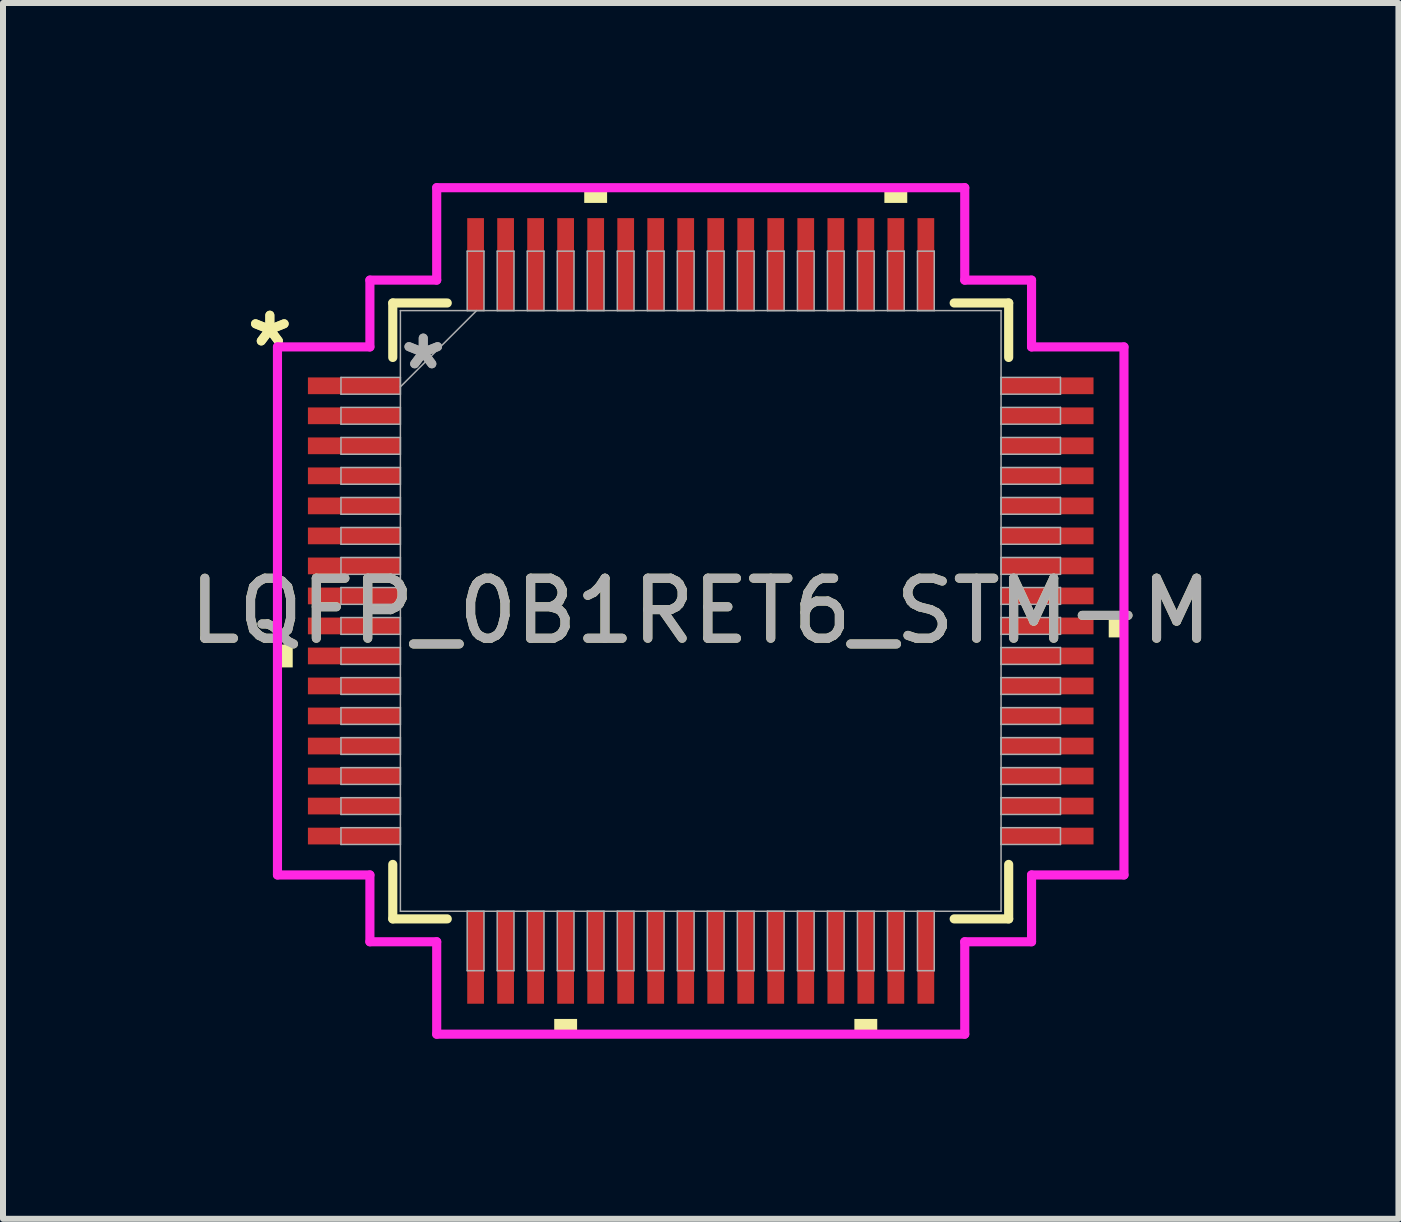
<source format=kicad_pcb>
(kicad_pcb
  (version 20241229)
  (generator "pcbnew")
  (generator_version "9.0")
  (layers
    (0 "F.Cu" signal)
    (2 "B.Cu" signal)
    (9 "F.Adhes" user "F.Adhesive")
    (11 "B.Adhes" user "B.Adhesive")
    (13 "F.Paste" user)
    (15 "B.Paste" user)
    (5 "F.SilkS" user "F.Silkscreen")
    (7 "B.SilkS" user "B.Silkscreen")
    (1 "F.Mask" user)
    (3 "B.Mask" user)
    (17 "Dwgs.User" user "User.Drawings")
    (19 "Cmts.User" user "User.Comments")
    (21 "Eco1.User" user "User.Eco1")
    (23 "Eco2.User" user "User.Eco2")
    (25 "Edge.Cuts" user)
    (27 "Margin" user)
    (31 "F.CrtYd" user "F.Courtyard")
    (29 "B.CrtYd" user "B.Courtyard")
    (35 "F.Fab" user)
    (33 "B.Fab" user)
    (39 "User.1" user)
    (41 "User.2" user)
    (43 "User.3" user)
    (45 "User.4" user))
  (footprint "LQFP_0B1RET6_STM-M"
    (layer "F.Cu")
    (at 8.625 7.129)
    (property "Reference" "LQFP_0B1RET6_STM-M" (at 0 0 0) (unlocked yes) (layer "F.SilkS") (effects (font (size 1 1) (thickness 0.15))))
    (attr smd)
    (fp_line (start -5.131 -5.131) (end -5.131 -4.223) (stroke (width 0.152) (type solid)) (layer "F.SilkS"))
    (fp_line (start -5.131 4.223) (end -5.131 5.131) (stroke (width 0.152) (type solid)) (layer "F.SilkS"))
    (fp_line (start -5.131 5.131) (end -4.223 5.131) (stroke (width 0.152) (type solid)) (layer "F.SilkS"))
    (fp_line (start -4.223 -5.131) (end -5.131 -5.131) (stroke (width 0.152) (type solid)) (layer "F.SilkS"))
    (fp_line (start 4.223 5.131) (end 5.131 5.131) (stroke (width 0.152) (type solid)) (layer "F.SilkS"))
    (fp_line (start 5.131 -5.131) (end 4.223 -5.131) (stroke (width 0.152) (type solid)) (layer "F.SilkS"))
    (fp_line (start 5.131 -4.223) (end 5.131 -5.131) (stroke (width 0.152) (type solid)) (layer "F.SilkS"))
    (fp_line (start 5.131 5.131) (end 5.131 4.223) (stroke (width 0.152) (type solid)) (layer "F.SilkS"))
    (fp_poly (pts (xy -7.052 0.56) (xy -7.052 0.941) (xy -6.798 0.941) (xy -6.798 0.56)) (stroke (width 0) (type solid)) (fill yes) (layer "F.SilkS"))
    (fp_poly (pts (xy -2.441 6.798) (xy -2.441 7.052) (xy -2.06 7.052) (xy -2.06 6.798)) (stroke (width 0) (type solid)) (fill yes) (layer "F.SilkS"))
    (fp_poly (pts (xy -1.941 -6.798) (xy -1.941 -7.052) (xy -1.56 -7.052) (xy -1.56 -6.798)) (stroke (width 0) (type solid)) (fill yes) (layer "F.SilkS"))
    (fp_poly (pts (xy 2.56 6.798) (xy 2.56 7.052) (xy 2.941 7.052) (xy 2.941 6.798)) (stroke (width 0) (type solid)) (fill yes) (layer "F.SilkS"))
    (fp_poly (pts (xy 3.06 -6.798) (xy 3.06 -7.052) (xy 3.441 -7.052) (xy 3.441 -6.798)) (stroke (width 0) (type solid)) (fill yes) (layer "F.SilkS"))
    (fp_poly (pts (xy 7.052 0.06) (xy 7.052 0.441) (xy 6.798 0.441) (xy 6.798 0.06)) (stroke (width 0) (type solid)) (fill yes) (layer "F.SilkS"))
    (fp_line (start -7.052 -4.399) (end -5.512 -4.399) (stroke (width 0.152) (type solid)) (layer "F.CrtYd"))
    (fp_line (start -7.052 4.399) (end -7.052 -4.399) (stroke (width 0.152) (type solid)) (layer "F.CrtYd"))
    (fp_line (start -5.512 -5.512) (end -4.399 -5.512) (stroke (width 0.152) (type solid)) (layer "F.CrtYd"))
    (fp_line (start -5.512 -4.399) (end -5.512 -5.512) (stroke (width 0.152) (type solid)) (layer "F.CrtYd"))
    (fp_line (start -5.512 4.399) (end -7.052 4.399) (stroke (width 0.152) (type solid)) (layer "F.CrtYd"))
    (fp_line (start -5.512 5.512) (end -5.512 4.399) (stroke (width 0.152) (type solid)) (layer "F.CrtYd"))
    (fp_line (start -5.512 5.512) (end -4.399 5.512) (stroke (width 0.152) (type solid)) (layer "F.CrtYd"))
    (fp_line (start -4.399 -7.052) (end 4.399 -7.052) (stroke (width 0.152) (type solid)) (layer "F.CrtYd"))
    (fp_line (start -4.399 -5.512) (end -4.399 -7.052) (stroke (width 0.152) (type solid)) (layer "F.CrtYd"))
    (fp_line (start -4.399 5.512) (end -4.399 7.052) (stroke (width 0.152) (type solid)) (layer "F.CrtYd"))
    (fp_line (start -4.399 7.052) (end 4.399 7.052) (stroke (width 0.152) (type solid)) (layer "F.CrtYd"))
    (fp_line (start 4.399 -7.052) (end 4.399 -5.512) (stroke (width 0.152) (type solid)) (layer "F.CrtYd"))
    (fp_line (start 4.399 -5.512) (end 5.512 -5.512) (stroke (width 0.152) (type solid)) (layer "F.CrtYd"))
    (fp_line (start 4.399 5.512) (end 5.512 5.512) (stroke (width 0.152) (type solid)) (layer "F.CrtYd"))
    (fp_line (start 4.399 7.052) (end 4.399 5.512) (stroke (width 0.152) (type solid)) (layer "F.CrtYd"))
    (fp_line (start 5.512 -4.399) (end 5.512 -5.512) (stroke (width 0.152) (type solid)) (layer "F.CrtYd"))
    (fp_line (start 5.512 4.399) (end 7.052 4.399) (stroke (width 0.152) (type solid)) (layer "F.CrtYd"))
    (fp_line (start 5.512 5.512) (end 5.512 4.399) (stroke (width 0.152) (type solid)) (layer "F.CrtYd"))
    (fp_line (start 7.052 -4.399) (end 5.512 -4.399) (stroke (width 0.152) (type solid)) (layer "F.CrtYd"))
    (fp_line (start 7.052 4.399) (end 7.052 -4.399) (stroke (width 0.152) (type solid)) (layer "F.CrtYd"))
    (fp_line (start -5.994 -3.891) (end -5.994 -3.611) (stroke (width 0.025) (type solid)) (layer "F.Fab"))
    (fp_line (start -5.994 -3.611) (end -5.004 -3.611) (stroke (width 0.025) (type solid)) (layer "F.Fab"))
    (fp_line (start -5.994 -3.391) (end -5.994 -3.111) (stroke (width 0.025) (type solid)) (layer "F.Fab"))
    (fp_line (start -5.994 -3.111) (end -5.004 -3.111) (stroke (width 0.025) (type solid)) (layer "F.Fab"))
    (fp_line (start -5.994 -2.89) (end -5.994 -2.611) (stroke (width 0.025) (type solid)) (layer "F.Fab"))
    (fp_line (start -5.994 -2.611) (end -5.004 -2.611) (stroke (width 0.025) (type solid)) (layer "F.Fab"))
    (fp_line (start -5.994 -2.39) (end -5.994 -2.111) (stroke (width 0.025) (type solid)) (layer "F.Fab"))
    (fp_line (start -5.994 -2.111) (end -5.004 -2.111) (stroke (width 0.025) (type solid)) (layer "F.Fab"))
    (fp_line (start -5.994 -1.89) (end -5.994 -1.611) (stroke (width 0.025) (type solid)) (layer "F.Fab"))
    (fp_line (start -5.994 -1.611) (end -5.004 -1.611) (stroke (width 0.025) (type solid)) (layer "F.Fab"))
    (fp_line (start -5.994 -1.39) (end -5.994 -1.111) (stroke (width 0.025) (type solid)) (layer "F.Fab"))
    (fp_line (start -5.994 -1.111) (end -5.004 -1.111) (stroke (width 0.025) (type solid)) (layer "F.Fab"))
    (fp_line (start -5.994 -0.89) (end -5.994 -0.61) (stroke (width 0.025) (type solid)) (layer "F.Fab"))
    (fp_line (start -5.994 -0.61) (end -5.004 -0.61) (stroke (width 0.025) (type solid)) (layer "F.Fab"))
    (fp_line (start -5.994 -0.39) (end -5.994 -0.11) (stroke (width 0.025) (type solid)) (layer "F.Fab"))
    (fp_line (start -5.994 -0.11) (end -5.004 -0.11) (stroke (width 0.025) (type solid)) (layer "F.Fab"))
    (fp_line (start -5.994 0.11) (end -5.994 0.39) (stroke (width 0.025) (type solid)) (layer "F.Fab"))
    (fp_line (start -5.994 0.39) (end -5.004 0.39) (stroke (width 0.025) (type solid)) (layer "F.Fab"))
    (fp_line (start -5.994 0.61) (end -5.994 0.89) (stroke (width 0.025) (type solid)) (layer "F.Fab"))
    (fp_line (start -5.994 0.89) (end -5.004 0.89) (stroke (width 0.025) (type solid)) (layer "F.Fab"))
    (fp_line (start -5.994 1.111) (end -5.994 1.39) (stroke (width 0.025) (type solid)) (layer "F.Fab"))
    (fp_line (start -5.994 1.39) (end -5.004 1.39) (stroke (width 0.025) (type solid)) (layer "F.Fab"))
    (fp_line (start -5.994 1.611) (end -5.994 1.89) (stroke (width 0.025) (type solid)) (layer "F.Fab"))
    (fp_line (start -5.994 1.89) (end -5.004 1.89) (stroke (width 0.025) (type solid)) (layer "F.Fab"))
    (fp_line (start -5.994 2.111) (end -5.994 2.39) (stroke (width 0.025) (type solid)) (layer "F.Fab"))
    (fp_line (start -5.994 2.39) (end -5.004 2.39) (stroke (width 0.025) (type solid)) (layer "F.Fab"))
    (fp_line (start -5.994 2.611) (end -5.994 2.89) (stroke (width 0.025) (type solid)) (layer "F.Fab"))
    (fp_line (start -5.994 2.89) (end -5.004 2.89) (stroke (width 0.025) (type solid)) (layer "F.Fab"))
    (fp_line (start -5.994 3.111) (end -5.994 3.391) (stroke (width 0.025) (type solid)) (layer "F.Fab"))
    (fp_line (start -5.994 3.391) (end -5.004 3.391) (stroke (width 0.025) (type solid)) (layer "F.Fab"))
    (fp_line (start -5.994 3.611) (end -5.994 3.891) (stroke (width 0.025) (type solid)) (layer "F.Fab"))
    (fp_line (start -5.994 3.891) (end -5.004 3.891) (stroke (width 0.025) (type solid)) (layer "F.Fab"))
    (fp_line (start -5.004 -5.004) (end -5.004 5.004) (stroke (width 0.025) (type solid)) (layer "F.Fab"))
    (fp_line (start -5.004 -3.891) (end -5.994 -3.891) (stroke (width 0.025) (type solid)) (layer "F.Fab"))
    (fp_line (start -5.004 -3.734) (end -3.734 -5.004) (stroke (width 0.025) (type solid)) (layer "F.Fab"))
    (fp_line (start -5.004 -3.611) (end -5.004 -3.891) (stroke (width 0.025) (type solid)) (layer "F.Fab"))
    (fp_line (start -5.004 -3.391) (end -5.994 -3.391) (stroke (width 0.025) (type solid)) (layer "F.Fab"))
    (fp_line (start -5.004 -3.111) (end -5.004 -3.391) (stroke (width 0.025) (type solid)) (layer "F.Fab"))
    (fp_line (start -5.004 -2.89) (end -5.994 -2.89) (stroke (width 0.025) (type solid)) (layer "F.Fab"))
    (fp_line (start -5.004 -2.611) (end -5.004 -2.89) (stroke (width 0.025) (type solid)) (layer "F.Fab"))
    (fp_line (start -5.004 -2.39) (end -5.994 -2.39) (stroke (width 0.025) (type solid)) (layer "F.Fab"))
    (fp_line (start -5.004 -2.111) (end -5.004 -2.39) (stroke (width 0.025) (type solid)) (layer "F.Fab"))
    (fp_line (start -5.004 -1.89) (end -5.994 -1.89) (stroke (width 0.025) (type solid)) (layer "F.Fab"))
    (fp_line (start -5.004 -1.611) (end -5.004 -1.89) (stroke (width 0.025) (type solid)) (layer "F.Fab"))
    (fp_line (start -5.004 -1.39) (end -5.994 -1.39) (stroke (width 0.025) (type solid)) (layer "F.Fab"))
    (fp_line (start -5.004 -1.111) (end -5.004 -1.39) (stroke (width 0.025) (type solid)) (layer "F.Fab"))
    (fp_line (start -5.004 -0.89) (end -5.994 -0.89) (stroke (width 0.025) (type solid)) (layer "F.Fab"))
    (fp_line (start -5.004 -0.61) (end -5.004 -0.89) (stroke (width 0.025) (type solid)) (layer "F.Fab"))
    (fp_line (start -5.004 -0.39) (end -5.994 -0.39) (stroke (width 0.025) (type solid)) (layer "F.Fab"))
    (fp_line (start -5.004 -0.11) (end -5.004 -0.39) (stroke (width 0.025) (type solid)) (layer "F.Fab"))
    (fp_line (start -5.004 0.11) (end -5.994 0.11) (stroke (width 0.025) (type solid)) (layer "F.Fab"))
    (fp_line (start -5.004 0.39) (end -5.004 0.11) (stroke (width 0.025) (type solid)) (layer "F.Fab"))
    (fp_line (start -5.004 0.61) (end -5.994 0.61) (stroke (width 0.025) (type solid)) (layer "F.Fab"))
    (fp_line (start -5.004 0.89) (end -5.004 0.61) (stroke (width 0.025) (type solid)) (layer "F.Fab"))
    (fp_line (start -5.004 1.111) (end -5.994 1.111) (stroke (width 0.025) (type solid)) (layer "F.Fab"))
    (fp_line (start -5.004 1.39) (end -5.004 1.111) (stroke (width 0.025) (type solid)) (layer "F.Fab"))
    (fp_line (start -5.004 1.611) (end -5.994 1.611) (stroke (width 0.025) (type solid)) (layer "F.Fab"))
    (fp_line (start -5.004 1.89) (end -5.004 1.611) (stroke (width 0.025) (type solid)) (layer "F.Fab"))
    (fp_line (start -5.004 2.111) (end -5.994 2.111) (stroke (width 0.025) (type solid)) (layer "F.Fab"))
    (fp_line (start -5.004 2.39) (end -5.004 2.111) (stroke (width 0.025) (type solid)) (layer "F.Fab"))
    (fp_line (start -5.004 2.611) (end -5.994 2.611) (stroke (width 0.025) (type solid)) (layer "F.Fab"))
    (fp_line (start -5.004 2.89) (end -5.004 2.611) (stroke (width 0.025) (type solid)) (layer "F.Fab"))
    (fp_line (start -5.004 3.111) (end -5.994 3.111) (stroke (width 0.025) (type solid)) (layer "F.Fab"))
    (fp_line (start -5.004 3.391) (end -5.004 3.111) (stroke (width 0.025) (type solid)) (layer "F.Fab"))
    (fp_line (start -5.004 3.611) (end -5.994 3.611) (stroke (width 0.025) (type solid)) (layer "F.Fab"))
    (fp_line (start -5.004 3.891) (end -5.004 3.611) (stroke (width 0.025) (type solid)) (layer "F.Fab"))
    (fp_line (start -5.004 5.004) (end 5.004 5.004) (stroke (width 0.025) (type solid)) (layer "F.Fab"))
    (fp_line (start -3.891 -5.994) (end -3.891 -5.004) (stroke (width 0.025) (type solid)) (layer "F.Fab"))
    (fp_line (start -3.891 -5.004) (end -3.611 -5.004) (stroke (width 0.025) (type solid)) (layer "F.Fab"))
    (fp_line (start -3.891 5.004) (end -3.891 5.994) (stroke (width 0.025) (type solid)) (layer "F.Fab"))
    (fp_line (start -3.891 5.994) (end -3.611 5.994) (stroke (width 0.025) (type solid)) (layer "F.Fab"))
    (fp_line (start -3.611 -5.994) (end -3.891 -5.994) (stroke (width 0.025) (type solid)) (layer "F.Fab"))
    (fp_line (start -3.611 -5.004) (end -3.611 -5.994) (stroke (width 0.025) (type solid)) (layer "F.Fab"))
    (fp_line (start -3.611 5.004) (end -3.891 5.004) (stroke (width 0.025) (type solid)) (layer "F.Fab"))
    (fp_line (start -3.611 5.994) (end -3.611 5.004) (stroke (width 0.025) (type solid)) (layer "F.Fab"))
    (fp_line (start -3.391 -5.994) (end -3.391 -5.004) (stroke (width 0.025) (type solid)) (layer "F.Fab"))
    (fp_line (start -3.391 -5.004) (end -3.111 -5.004) (stroke (width 0.025) (type solid)) (layer "F.Fab"))
    (fp_line (start -3.391 5.004) (end -3.391 5.994) (stroke (width 0.025) (type solid)) (layer "F.Fab"))
    (fp_line (start -3.391 5.994) (end -3.111 5.994) (stroke (width 0.025) (type solid)) (layer "F.Fab"))
    (fp_line (start -3.111 -5.994) (end -3.391 -5.994) (stroke (width 0.025) (type solid)) (layer "F.Fab"))
    (fp_line (start -3.111 -5.004) (end -3.111 -5.994) (stroke (width 0.025) (type solid)) (layer "F.Fab"))
    (fp_line (start -3.111 5.004) (end -3.391 5.004) (stroke (width 0.025) (type solid)) (layer "F.Fab"))
    (fp_line (start -3.111 5.994) (end -3.111 5.004) (stroke (width 0.025) (type solid)) (layer "F.Fab"))
    (fp_line (start -2.89 -5.994) (end -2.89 -5.004) (stroke (width 0.025) (type solid)) (layer "F.Fab"))
    (fp_line (start -2.89 -5.004) (end -2.611 -5.004) (stroke (width 0.025) (type solid)) (layer "F.Fab"))
    (fp_line (start -2.89 5.004) (end -2.89 5.994) (stroke (width 0.025) (type solid)) (layer "F.Fab"))
    (fp_line (start -2.89 5.994) (end -2.611 5.994) (stroke (width 0.025) (type solid)) (layer "F.Fab"))
    (fp_line (start -2.611 -5.994) (end -2.89 -5.994) (stroke (width 0.025) (type solid)) (layer "F.Fab"))
    (fp_line (start -2.611 -5.004) (end -2.611 -5.994) (stroke (width 0.025) (type solid)) (layer "F.Fab"))
    (fp_line (start -2.611 5.004) (end -2.89 5.004) (stroke (width 0.025) (type solid)) (layer "F.Fab"))
    (fp_line (start -2.611 5.994) (end -2.611 5.004) (stroke (width 0.025) (type solid)) (layer "F.Fab"))
    (fp_line (start -2.39 -5.994) (end -2.39 -5.004) (stroke (width 0.025) (type solid)) (layer "F.Fab"))
    (fp_line (start -2.39 -5.004) (end -2.111 -5.004) (stroke (width 0.025) (type solid)) (layer "F.Fab"))
    (fp_line (start -2.39 5.004) (end -2.39 5.994) (stroke (width 0.025) (type solid)) (layer "F.Fab"))
    (fp_line (start -2.39 5.994) (end -2.111 5.994) (stroke (width 0.025) (type solid)) (layer "F.Fab"))
    (fp_line (start -2.111 -5.994) (end -2.39 -5.994) (stroke (width 0.025) (type solid)) (layer "F.Fab"))
    (fp_line (start -2.111 -5.004) (end -2.111 -5.994) (stroke (width 0.025) (type solid)) (layer "F.Fab"))
    (fp_line (start -2.111 5.004) (end -2.39 5.004) (stroke (width 0.025) (type solid)) (layer "F.Fab"))
    (fp_line (start -2.111 5.994) (end -2.111 5.004) (stroke (width 0.025) (type solid)) (layer "F.Fab"))
    (fp_line (start -1.89 -5.994) (end -1.89 -5.004) (stroke (width 0.025) (type solid)) (layer "F.Fab"))
    (fp_line (start -1.89 -5.004) (end -1.611 -5.004) (stroke (width 0.025) (type solid)) (layer "F.Fab"))
    (fp_line (start -1.89 5.004) (end -1.89 5.994) (stroke (width 0.025) (type solid)) (layer "F.Fab"))
    (fp_line (start -1.89 5.994) (end -1.611 5.994) (stroke (width 0.025) (type solid)) (layer "F.Fab"))
    (fp_line (start -1.611 -5.994) (end -1.89 -5.994) (stroke (width 0.025) (type solid)) (layer "F.Fab"))
    (fp_line (start -1.611 -5.004) (end -1.611 -5.994) (stroke (width 0.025) (type solid)) (layer "F.Fab"))
    (fp_line (start -1.611 5.004) (end -1.89 5.004) (stroke (width 0.025) (type solid)) (layer "F.Fab"))
    (fp_line (start -1.611 5.994) (end -1.611 5.004) (stroke (width 0.025) (type solid)) (layer "F.Fab"))
    (fp_line (start -1.39 -5.994) (end -1.39 -5.004) (stroke (width 0.025) (type solid)) (layer "F.Fab"))
    (fp_line (start -1.39 -5.004) (end -1.111 -5.004) (stroke (width 0.025) (type solid)) (layer "F.Fab"))
    (fp_line (start -1.39 5.004) (end -1.39 5.994) (stroke (width 0.025) (type solid)) (layer "F.Fab"))
    (fp_line (start -1.39 5.994) (end -1.111 5.994) (stroke (width 0.025) (type solid)) (layer "F.Fab"))
    (fp_line (start -1.111 -5.994) (end -1.39 -5.994) (stroke (width 0.025) (type solid)) (layer "F.Fab"))
    (fp_line (start -1.111 -5.004) (end -1.111 -5.994) (stroke (width 0.025) (type solid)) (layer "F.Fab"))
    (fp_line (start -1.111 5.004) (end -1.39 5.004) (stroke (width 0.025) (type solid)) (layer "F.Fab"))
    (fp_line (start -1.111 5.994) (end -1.111 5.004) (stroke (width 0.025) (type solid)) (layer "F.Fab"))
    (fp_line (start -0.89 -5.994) (end -0.89 -5.004) (stroke (width 0.025) (type solid)) (layer "F.Fab"))
    (fp_line (start -0.89 -5.004) (end -0.61 -5.004) (stroke (width 0.025) (type solid)) (layer "F.Fab"))
    (fp_line (start -0.89 5.004) (end -0.89 5.994) (stroke (width 0.025) (type solid)) (layer "F.Fab"))
    (fp_line (start -0.89 5.994) (end -0.61 5.994) (stroke (width 0.025) (type solid)) (layer "F.Fab"))
    (fp_line (start -0.61 -5.994) (end -0.89 -5.994) (stroke (width 0.025) (type solid)) (layer "F.Fab"))
    (fp_line (start -0.61 -5.004) (end -0.61 -5.994) (stroke (width 0.025) (type solid)) (layer "F.Fab"))
    (fp_line (start -0.61 5.004) (end -0.89 5.004) (stroke (width 0.025) (type solid)) (layer "F.Fab"))
    (fp_line (start -0.61 5.994) (end -0.61 5.004) (stroke (width 0.025) (type solid)) (layer "F.Fab"))
    (fp_line (start -0.39 -5.994) (end -0.39 -5.004) (stroke (width 0.025) (type solid)) (layer "F.Fab"))
    (fp_line (start -0.39 -5.004) (end -0.11 -5.004) (stroke (width 0.025) (type solid)) (layer "F.Fab"))
    (fp_line (start -0.39 5.004) (end -0.39 5.994) (stroke (width 0.025) (type solid)) (layer "F.Fab"))
    (fp_line (start -0.39 5.994) (end -0.11 5.994) (stroke (width 0.025) (type solid)) (layer "F.Fab"))
    (fp_line (start -0.11 -5.994) (end -0.39 -5.994) (stroke (width 0.025) (type solid)) (layer "F.Fab"))
    (fp_line (start -0.11 -5.004) (end -0.11 -5.994) (stroke (width 0.025) (type solid)) (layer "F.Fab"))
    (fp_line (start -0.11 5.004) (end -0.39 5.004) (stroke (width 0.025) (type solid)) (layer "F.Fab"))
    (fp_line (start -0.11 5.994) (end -0.11 5.004) (stroke (width 0.025) (type solid)) (layer "F.Fab"))
    (fp_line (start 0.11 -5.994) (end 0.11 -5.004) (stroke (width 0.025) (type solid)) (layer "F.Fab"))
    (fp_line (start 0.11 -5.004) (end 0.39 -5.004) (stroke (width 0.025) (type solid)) (layer "F.Fab"))
    (fp_line (start 0.11 5.004) (end 0.11 5.994) (stroke (width 0.025) (type solid)) (layer "F.Fab"))
    (fp_line (start 0.11 5.994) (end 0.39 5.994) (stroke (width 0.025) (type solid)) (layer "F.Fab"))
    (fp_line (start 0.39 -5.994) (end 0.11 -5.994) (stroke (width 0.025) (type solid)) (layer "F.Fab"))
    (fp_line (start 0.39 -5.004) (end 0.39 -5.994) (stroke (width 0.025) (type solid)) (layer "F.Fab"))
    (fp_line (start 0.39 5.004) (end 0.11 5.004) (stroke (width 0.025) (type solid)) (layer "F.Fab"))
    (fp_line (start 0.39 5.994) (end 0.39 5.004) (stroke (width 0.025) (type solid)) (layer "F.Fab"))
    (fp_line (start 0.61 -5.994) (end 0.61 -5.004) (stroke (width 0.025) (type solid)) (layer "F.Fab"))
    (fp_line (start 0.61 -5.004) (end 0.89 -5.004) (stroke (width 0.025) (type solid)) (layer "F.Fab"))
    (fp_line (start 0.61 5.004) (end 0.61 5.994) (stroke (width 0.025) (type solid)) (layer "F.Fab"))
    (fp_line (start 0.61 5.994) (end 0.89 5.994) (stroke (width 0.025) (type solid)) (layer "F.Fab"))
    (fp_line (start 0.89 -5.994) (end 0.61 -5.994) (stroke (width 0.025) (type solid)) (layer "F.Fab"))
    (fp_line (start 0.89 -5.004) (end 0.89 -5.994) (stroke (width 0.025) (type solid)) (layer "F.Fab"))
    (fp_line (start 0.89 5.004) (end 0.61 5.004) (stroke (width 0.025) (type solid)) (layer "F.Fab"))
    (fp_line (start 0.89 5.994) (end 0.89 5.004) (stroke (width 0.025) (type solid)) (layer "F.Fab"))
    (fp_line (start 1.111 -5.994) (end 1.111 -5.004) (stroke (width 0.025) (type solid)) (layer "F.Fab"))
    (fp_line (start 1.111 -5.004) (end 1.39 -5.004) (stroke (width 0.025) (type solid)) (layer "F.Fab"))
    (fp_line (start 1.111 5.004) (end 1.111 5.994) (stroke (width 0.025) (type solid)) (layer "F.Fab"))
    (fp_line (start 1.111 5.994) (end 1.39 5.994) (stroke (width 0.025) (type solid)) (layer "F.Fab"))
    (fp_line (start 1.39 -5.994) (end 1.111 -5.994) (stroke (width 0.025) (type solid)) (layer "F.Fab"))
    (fp_line (start 1.39 -5.004) (end 1.39 -5.994) (stroke (width 0.025) (type solid)) (layer "F.Fab"))
    (fp_line (start 1.39 5.004) (end 1.111 5.004) (stroke (width 0.025) (type solid)) (layer "F.Fab"))
    (fp_line (start 1.39 5.994) (end 1.39 5.004) (stroke (width 0.025) (type solid)) (layer "F.Fab"))
    (fp_line (start 1.611 -5.994) (end 1.611 -5.004) (stroke (width 0.025) (type solid)) (layer "F.Fab"))
    (fp_line (start 1.611 -5.004) (end 1.89 -5.004) (stroke (width 0.025) (type solid)) (layer "F.Fab"))
    (fp_line (start 1.611 5.004) (end 1.611 5.994) (stroke (width 0.025) (type solid)) (layer "F.Fab"))
    (fp_line (start 1.611 5.994) (end 1.89 5.994) (stroke (width 0.025) (type solid)) (layer "F.Fab"))
    (fp_line (start 1.89 -5.994) (end 1.611 -5.994) (stroke (width 0.025) (type solid)) (layer "F.Fab"))
    (fp_line (start 1.89 -5.004) (end 1.89 -5.994) (stroke (width 0.025) (type solid)) (layer "F.Fab"))
    (fp_line (start 1.89 5.004) (end 1.611 5.004) (stroke (width 0.025) (type solid)) (layer "F.Fab"))
    (fp_line (start 1.89 5.994) (end 1.89 5.004) (stroke (width 0.025) (type solid)) (layer "F.Fab"))
    (fp_line (start 2.111 -5.994) (end 2.111 -5.004) (stroke (width 0.025) (type solid)) (layer "F.Fab"))
    (fp_line (start 2.111 -5.004) (end 2.39 -5.004) (stroke (width 0.025) (type solid)) (layer "F.Fab"))
    (fp_line (start 2.111 5.004) (end 2.111 5.994) (stroke (width 0.025) (type solid)) (layer "F.Fab"))
    (fp_line (start 2.111 5.994) (end 2.39 5.994) (stroke (width 0.025) (type solid)) (layer "F.Fab"))
    (fp_line (start 2.39 -5.994) (end 2.111 -5.994) (stroke (width 0.025) (type solid)) (layer "F.Fab"))
    (fp_line (start 2.39 -5.004) (end 2.39 -5.994) (stroke (width 0.025) (type solid)) (layer "F.Fab"))
    (fp_line (start 2.39 5.004) (end 2.111 5.004) (stroke (width 0.025) (type solid)) (layer "F.Fab"))
    (fp_line (start 2.39 5.994) (end 2.39 5.004) (stroke (width 0.025) (type solid)) (layer "F.Fab"))
    (fp_line (start 2.611 -5.994) (end 2.611 -5.004) (stroke (width 0.025) (type solid)) (layer "F.Fab"))
    (fp_line (start 2.611 -5.004) (end 2.89 -5.004) (stroke (width 0.025) (type solid)) (layer "F.Fab"))
    (fp_line (start 2.611 5.004) (end 2.611 5.994) (stroke (width 0.025) (type solid)) (layer "F.Fab"))
    (fp_line (start 2.611 5.994) (end 2.89 5.994) (stroke (width 0.025) (type solid)) (layer "F.Fab"))
    (fp_line (start 2.89 -5.994) (end 2.611 -5.994) (stroke (width 0.025) (type solid)) (layer "F.Fab"))
    (fp_line (start 2.89 -5.004) (end 2.89 -5.994) (stroke (width 0.025) (type solid)) (layer "F.Fab"))
    (fp_line (start 2.89 5.004) (end 2.611 5.004) (stroke (width 0.025) (type solid)) (layer "F.Fab"))
    (fp_line (start 2.89 5.994) (end 2.89 5.004) (stroke (width 0.025) (type solid)) (layer "F.Fab"))
    (fp_line (start 3.111 -5.994) (end 3.111 -5.004) (stroke (width 0.025) (type solid)) (layer "F.Fab"))
    (fp_line (start 3.111 -5.004) (end 3.391 -5.004) (stroke (width 0.025) (type solid)) (layer "F.Fab"))
    (fp_line (start 3.111 5.004) (end 3.111 5.994) (stroke (width 0.025) (type solid)) (layer "F.Fab"))
    (fp_line (start 3.111 5.994) (end 3.391 5.994) (stroke (width 0.025) (type solid)) (layer "F.Fab"))
    (fp_line (start 3.391 -5.994) (end 3.111 -5.994) (stroke (width 0.025) (type solid)) (layer "F.Fab"))
    (fp_line (start 3.391 -5.004) (end 3.391 -5.994) (stroke (width 0.025) (type solid)) (layer "F.Fab"))
    (fp_line (start 3.391 5.004) (end 3.111 5.004) (stroke (width 0.025) (type solid)) (layer "F.Fab"))
    (fp_line (start 3.391 5.994) (end 3.391 5.004) (stroke (width 0.025) (type solid)) (layer "F.Fab"))
    (fp_line (start 3.611 -5.994) (end 3.611 -5.004) (stroke (width 0.025) (type solid)) (layer "F.Fab"))
    (fp_line (start 3.611 -5.004) (end 3.891 -5.004) (stroke (width 0.025) (type solid)) (layer "F.Fab"))
    (fp_line (start 3.611 5.004) (end 3.611 5.994) (stroke (width 0.025) (type solid)) (layer "F.Fab"))
    (fp_line (start 3.611 5.994) (end 3.891 5.994) (stroke (width 0.025) (type solid)) (layer "F.Fab"))
    (fp_line (start 3.891 -5.994) (end 3.611 -5.994) (stroke (width 0.025) (type solid)) (layer "F.Fab"))
    (fp_line (start 3.891 -5.004) (end 3.891 -5.994) (stroke (width 0.025) (type solid)) (layer "F.Fab"))
    (fp_line (start 3.891 5.004) (end 3.611 5.004) (stroke (width 0.025) (type solid)) (layer "F.Fab"))
    (fp_line (start 3.891 5.994) (end 3.891 5.004) (stroke (width 0.025) (type solid)) (layer "F.Fab"))
    (fp_line (start 5.004 -5.004) (end -5.004 -5.004) (stroke (width 0.025) (type solid)) (layer "F.Fab"))
    (fp_line (start 5.004 -3.891) (end 5.004 -3.611) (stroke (width 0.025) (type solid)) (layer "F.Fab"))
    (fp_line (start 5.004 -3.611) (end 5.994 -3.611) (stroke (width 0.025) (type solid)) (layer "F.Fab"))
    (fp_line (start 5.004 -3.391) (end 5.004 -3.111) (stroke (width 0.025) (type solid)) (layer "F.Fab"))
    (fp_line (start 5.004 -3.111) (end 5.994 -3.111) (stroke (width 0.025) (type solid)) (layer "F.Fab"))
    (fp_line (start 5.004 -2.89) (end 5.004 -2.611) (stroke (width 0.025) (type solid)) (layer "F.Fab"))
    (fp_line (start 5.004 -2.611) (end 5.994 -2.611) (stroke (width 0.025) (type solid)) (layer "F.Fab"))
    (fp_line (start 5.004 -2.39) (end 5.004 -2.111) (stroke (width 0.025) (type solid)) (layer "F.Fab"))
    (fp_line (start 5.004 -2.111) (end 5.994 -2.111) (stroke (width 0.025) (type solid)) (layer "F.Fab"))
    (fp_line (start 5.004 -1.89) (end 5.004 -1.611) (stroke (width 0.025) (type solid)) (layer "F.Fab"))
    (fp_line (start 5.004 -1.611) (end 5.994 -1.611) (stroke (width 0.025) (type solid)) (layer "F.Fab"))
    (fp_line (start 5.004 -1.39) (end 5.004 -1.111) (stroke (width 0.025) (type solid)) (layer "F.Fab"))
    (fp_line (start 5.004 -1.111) (end 5.994 -1.111) (stroke (width 0.025) (type solid)) (layer "F.Fab"))
    (fp_line (start 5.004 -0.89) (end 5.004 -0.61) (stroke (width 0.025) (type solid)) (layer "F.Fab"))
    (fp_line (start 5.004 -0.61) (end 5.994 -0.61) (stroke (width 0.025) (type solid)) (layer "F.Fab"))
    (fp_line (start 5.004 -0.39) (end 5.004 -0.11) (stroke (width 0.025) (type solid)) (layer "F.Fab"))
    (fp_line (start 5.004 -0.11) (end 5.994 -0.11) (stroke (width 0.025) (type solid)) (layer "F.Fab"))
    (fp_line (start 5.004 0.11) (end 5.004 0.39) (stroke (width 0.025) (type solid)) (layer "F.Fab"))
    (fp_line (start 5.004 0.39) (end 5.994 0.39) (stroke (width 0.025) (type solid)) (layer "F.Fab"))
    (fp_line (start 5.004 0.61) (end 5.004 0.89) (stroke (width 0.025) (type solid)) (layer "F.Fab"))
    (fp_line (start 5.004 0.89) (end 5.994 0.89) (stroke (width 0.025) (type solid)) (layer "F.Fab"))
    (fp_line (start 5.004 1.111) (end 5.004 1.39) (stroke (width 0.025) (type solid)) (layer "F.Fab"))
    (fp_line (start 5.004 1.39) (end 5.994 1.39) (stroke (width 0.025) (type solid)) (layer "F.Fab"))
    (fp_line (start 5.004 1.611) (end 5.004 1.89) (stroke (width 0.025) (type solid)) (layer "F.Fab"))
    (fp_line (start 5.004 1.89) (end 5.994 1.89) (stroke (width 0.025) (type solid)) (layer "F.Fab"))
    (fp_line (start 5.004 2.111) (end 5.004 2.39) (stroke (width 0.025) (type solid)) (layer "F.Fab"))
    (fp_line (start 5.004 2.39) (end 5.994 2.39) (stroke (width 0.025) (type solid)) (layer "F.Fab"))
    (fp_line (start 5.004 2.611) (end 5.004 2.89) (stroke (width 0.025) (type solid)) (layer "F.Fab"))
    (fp_line (start 5.004 2.89) (end 5.994 2.89) (stroke (width 0.025) (type solid)) (layer "F.Fab"))
    (fp_line (start 5.004 3.111) (end 5.004 3.391) (stroke (width 0.025) (type solid)) (layer "F.Fab"))
    (fp_line (start 5.004 3.391) (end 5.994 3.391) (stroke (width 0.025) (type solid)) (layer "F.Fab"))
    (fp_line (start 5.004 3.611) (end 5.004 3.891) (stroke (width 0.025) (type solid)) (layer "F.Fab"))
    (fp_line (start 5.004 3.891) (end 5.994 3.891) (stroke (width 0.025) (type solid)) (layer "F.Fab"))
    (fp_line (start 5.004 5.004) (end 5.004 -5.004) (stroke (width 0.025) (type solid)) (layer "F.Fab"))
    (fp_line (start 5.994 -3.891) (end 5.004 -3.891) (stroke (width 0.025) (type solid)) (layer "F.Fab"))
    (fp_line (start 5.994 -3.611) (end 5.994 -3.891) (stroke (width 0.025) (type solid)) (layer "F.Fab"))
    (fp_line (start 5.994 -3.391) (end 5.004 -3.391) (stroke (width 0.025) (type solid)) (layer "F.Fab"))
    (fp_line (start 5.994 -3.111) (end 5.994 -3.391) (stroke (width 0.025) (type solid)) (layer "F.Fab"))
    (fp_line (start 5.994 -2.89) (end 5.004 -2.89) (stroke (width 0.025) (type solid)) (layer "F.Fab"))
    (fp_line (start 5.994 -2.611) (end 5.994 -2.89) (stroke (width 0.025) (type solid)) (layer "F.Fab"))
    (fp_line (start 5.994 -2.39) (end 5.004 -2.39) (stroke (width 0.025) (type solid)) (layer "F.Fab"))
    (fp_line (start 5.994 -2.111) (end 5.994 -2.39) (stroke (width 0.025) (type solid)) (layer "F.Fab"))
    (fp_line (start 5.994 -1.89) (end 5.004 -1.89) (stroke (width 0.025) (type solid)) (layer "F.Fab"))
    (fp_line (start 5.994 -1.611) (end 5.994 -1.89) (stroke (width 0.025) (type solid)) (layer "F.Fab"))
    (fp_line (start 5.994 -1.39) (end 5.004 -1.39) (stroke (width 0.025) (type solid)) (layer "F.Fab"))
    (fp_line (start 5.994 -1.111) (end 5.994 -1.39) (stroke (width 0.025) (type solid)) (layer "F.Fab"))
    (fp_line (start 5.994 -0.89) (end 5.004 -0.89) (stroke (width 0.025) (type solid)) (layer "F.Fab"))
    (fp_line (start 5.994 -0.61) (end 5.994 -0.89) (stroke (width 0.025) (type solid)) (layer "F.Fab"))
    (fp_line (start 5.994 -0.39) (end 5.004 -0.39) (stroke (width 0.025) (type solid)) (layer "F.Fab"))
    (fp_line (start 5.994 -0.11) (end 5.994 -0.39) (stroke (width 0.025) (type solid)) (layer "F.Fab"))
    (fp_line (start 5.994 0.11) (end 5.004 0.11) (stroke (width 0.025) (type solid)) (layer "F.Fab"))
    (fp_line (start 5.994 0.39) (end 5.994 0.11) (stroke (width 0.025) (type solid)) (layer "F.Fab"))
    (fp_line (start 5.994 0.61) (end 5.004 0.61) (stroke (width 0.025) (type solid)) (layer "F.Fab"))
    (fp_line (start 5.994 0.89) (end 5.994 0.61) (stroke (width 0.025) (type solid)) (layer "F.Fab"))
    (fp_line (start 5.994 1.111) (end 5.004 1.111) (stroke (width 0.025) (type solid)) (layer "F.Fab"))
    (fp_line (start 5.994 1.39) (end 5.994 1.111) (stroke (width 0.025) (type solid)) (layer "F.Fab"))
    (fp_line (start 5.994 1.611) (end 5.004 1.611) (stroke (width 0.025) (type solid)) (layer "F.Fab"))
    (fp_line (start 5.994 1.89) (end 5.994 1.611) (stroke (width 0.025) (type solid)) (layer "F.Fab"))
    (fp_line (start 5.994 2.111) (end 5.004 2.111) (stroke (width 0.025) (type solid)) (layer "F.Fab"))
    (fp_line (start 5.994 2.39) (end 5.994 2.111) (stroke (width 0.025) (type solid)) (layer "F.Fab"))
    (fp_line (start 5.994 2.611) (end 5.004 2.611) (stroke (width 0.025) (type solid)) (layer "F.Fab"))
    (fp_line (start 5.994 2.89) (end 5.994 2.611) (stroke (width 0.025) (type solid)) (layer "F.Fab"))
    (fp_line (start 5.994 3.111) (end 5.004 3.111) (stroke (width 0.025) (type solid)) (layer "F.Fab"))
    (fp_line (start 5.994 3.391) (end 5.994 3.111) (stroke (width 0.025) (type solid)) (layer "F.Fab"))
    (fp_line (start 5.994 3.611) (end 5.004 3.611) (stroke (width 0.025) (type solid)) (layer "F.Fab"))
    (fp_line (start 5.994 3.891) (end 5.994 3.611) (stroke (width 0.025) (type solid)) (layer "F.Fab"))
    (fp_text user "*" (at -7.179 -4.382 0) (layer "F.SilkS") (effects (font (size 1 1) (thickness 0.15))))
    (fp_text user "*" (at -7.179 -4.382 0) (unlocked yes) (layer "F.SilkS") (effects (font (size 1 1) (thickness 0.15))))
    (fp_text user "*" (at -4.623 -4.001 0) (unlocked yes) (layer "F.Fab") (effects (font (size 1 1) (thickness 0.15))))
    (fp_text user "${REFERENCE}" (at 0 0 0) (unlocked yes) (layer "F.Fab") (effects (font (size 1 1) (thickness 0.15))))
    (fp_text user "*" (at -4.623 -4.001 0) (layer "F.Fab") (effects (font (size 1 1) (thickness 0.15))))
    (pad "1" smd rect (at -5.774 -3.751 90) (size 0.279 1.541) (layers "F.Cu" "F.Mask" "F.Paste"))
    (pad "2" smd rect (at -5.774 -3.251 90) (size 0.279 1.541) (layers "F.Cu" "F.Mask" "F.Paste"))
    (pad "3" smd rect (at -5.774 -2.751 90) (size 0.279 1.541) (layers "F.Cu" "F.Mask" "F.Paste"))
    (pad "4" smd rect (at -5.774 -2.251 90) (size 0.279 1.541) (layers "F.Cu" "F.Mask" "F.Paste"))
    (pad "5" smd rect (at -5.774 -1.75 90) (size 0.279 1.541) (layers "F.Cu" "F.Mask" "F.Paste"))
    (pad "6" smd rect (at -5.774 -1.25 90) (size 0.279 1.541) (layers "F.Cu" "F.Mask" "F.Paste"))
    (pad "7" smd rect (at -5.774 -0.75 90) (size 0.279 1.541) (layers "F.Cu" "F.Mask" "F.Paste"))
    (pad "8" smd rect (at -5.774 -0.25 90) (size 0.279 1.541) (layers "F.Cu" "F.Mask" "F.Paste"))
    (pad "9" smd rect (at -5.774 0.25 90) (size 0.279 1.541) (layers "F.Cu" "F.Mask" "F.Paste"))
    (pad "10" smd rect (at -5.774 0.75 90) (size 0.279 1.541) (layers "F.Cu" "F.Mask" "F.Paste"))
    (pad "11" smd rect (at -5.774 1.25 90) (size 0.279 1.541) (layers "F.Cu" "F.Mask" "F.Paste"))
    (pad "12" smd rect (at -5.774 1.75 90) (size 0.279 1.541) (layers "F.Cu" "F.Mask" "F.Paste"))
    (pad "13" smd rect (at -5.774 2.251 90) (size 0.279 1.541) (layers "F.Cu" "F.Mask" "F.Paste"))
    (pad "14" smd rect (at -5.774 2.751 90) (size 0.279 1.541) (layers "F.Cu" "F.Mask" "F.Paste"))
    (pad "15" smd rect (at -5.774 3.251 90) (size 0.279 1.541) (layers "F.Cu" "F.Mask" "F.Paste"))
    (pad "16" smd rect (at -5.774 3.751 90) (size 0.279 1.541) (layers "F.Cu" "F.Mask" "F.Paste"))
    (pad "17" smd rect (at -3.751 5.774) (size 0.279 1.541) (layers "F.Cu" "F.Mask" "F.Paste"))
    (pad "18" smd rect (at -3.251 5.774) (size 0.279 1.541) (layers "F.Cu" "F.Mask" "F.Paste"))
    (pad "19" smd rect (at -2.751 5.774) (size 0.279 1.541) (layers "F.Cu" "F.Mask" "F.Paste"))
    (pad "20" smd rect (at -2.251 5.774) (size 0.279 1.541) (layers "F.Cu" "F.Mask" "F.Paste"))
    (pad "21" smd rect (at -1.75 5.774) (size 0.279 1.541) (layers "F.Cu" "F.Mask" "F.Paste"))
    (pad "22" smd rect (at -1.25 5.774) (size 0.279 1.541) (layers "F.Cu" "F.Mask" "F.Paste"))
    (pad "23" smd rect (at -0.75 5.774) (size 0.279 1.541) (layers "F.Cu" "F.Mask" "F.Paste"))
    (pad "24" smd rect (at -0.25 5.774) (size 0.279 1.541) (layers "F.Cu" "F.Mask" "F.Paste"))
    (pad "25" smd rect (at 0.25 5.774) (size 0.279 1.541) (layers "F.Cu" "F.Mask" "F.Paste"))
    (pad "26" smd rect (at 0.75 5.774) (size 0.279 1.541) (layers "F.Cu" "F.Mask" "F.Paste"))
    (pad "27" smd rect (at 1.25 5.774) (size 0.279 1.541) (layers "F.Cu" "F.Mask" "F.Paste"))
    (pad "28" smd rect (at 1.75 5.774) (size 0.279 1.541) (layers "F.Cu" "F.Mask" "F.Paste"))
    (pad "29" smd rect (at 2.251 5.774) (size 0.279 1.541) (layers "F.Cu" "F.Mask" "F.Paste"))
    (pad "30" smd rect (at 2.751 5.774) (size 0.279 1.541) (layers "F.Cu" "F.Mask" "F.Paste"))
    (pad "31" smd rect (at 3.251 5.774) (size 0.279 1.541) (layers "F.Cu" "F.Mask" "F.Paste"))
    (pad "32" smd rect (at 3.751 5.774) (size 0.279 1.541) (layers "F.Cu" "F.Mask" "F.Paste"))
    (pad "33" smd rect (at 5.774 3.751 90) (size 0.279 1.541) (layers "F.Cu" "F.Mask" "F.Paste"))
    (pad "34" smd rect (at 5.774 3.251 90) (size 0.279 1.541) (layers "F.Cu" "F.Mask" "F.Paste"))
    (pad "35" smd rect (at 5.774 2.751 90) (size 0.279 1.541) (layers "F.Cu" "F.Mask" "F.Paste"))
    (pad "36" smd rect (at 5.774 2.251 90) (size 0.279 1.541) (layers "F.Cu" "F.Mask" "F.Paste"))
    (pad "37" smd rect (at 5.774 1.75 90) (size 0.279 1.541) (layers "F.Cu" "F.Mask" "F.Paste"))
    (pad "38" smd rect (at 5.774 1.25 90) (size 0.279 1.541) (layers "F.Cu" "F.Mask" "F.Paste"))
    (pad "39" smd rect (at 5.774 0.75 90) (size 0.279 1.541) (layers "F.Cu" "F.Mask" "F.Paste"))
    (pad "40" smd rect (at 5.774 0.25 90) (size 0.279 1.541) (layers "F.Cu" "F.Mask" "F.Paste"))
    (pad "41" smd rect (at 5.774 -0.25 90) (size 0.279 1.541) (layers "F.Cu" "F.Mask" "F.Paste"))
    (pad "42" smd rect (at 5.774 -0.75 90) (size 0.279 1.541) (layers "F.Cu" "F.Mask" "F.Paste"))
    (pad "43" smd rect (at 5.774 -1.25 90) (size 0.279 1.541) (layers "F.Cu" "F.Mask" "F.Paste"))
    (pad "44" smd rect (at 5.774 -1.75 90) (size 0.279 1.541) (layers "F.Cu" "F.Mask" "F.Paste"))
    (pad "45" smd rect (at 5.774 -2.251 90) (size 0.279 1.541) (layers "F.Cu" "F.Mask" "F.Paste"))
    (pad "46" smd rect (at 5.774 -2.751 90) (size 0.279 1.541) (layers "F.Cu" "F.Mask" "F.Paste"))
    (pad "47" smd rect (at 5.774 -3.251 90) (size 0.279 1.541) (layers "F.Cu" "F.Mask" "F.Paste"))
    (pad "48" smd rect (at 5.774 -3.751 90) (size 0.279 1.541) (layers "F.Cu" "F.Mask" "F.Paste"))
    (pad "49" smd rect (at 3.751 -5.774) (size 0.279 1.541) (layers "F.Cu" "F.Mask" "F.Paste"))
    (pad "50" smd rect (at 3.251 -5.774) (size 0.279 1.541) (layers "F.Cu" "F.Mask" "F.Paste"))
    (pad "51" smd rect (at 2.751 -5.774) (size 0.279 1.541) (layers "F.Cu" "F.Mask" "F.Paste"))
    (pad "52" smd rect (at 2.251 -5.774) (size 0.279 1.541) (layers "F.Cu" "F.Mask" "F.Paste"))
    (pad "53" smd rect (at 1.75 -5.774) (size 0.279 1.541) (layers "F.Cu" "F.Mask" "F.Paste"))
    (pad "54" smd rect (at 1.25 -5.774) (size 0.279 1.541) (layers "F.Cu" "F.Mask" "F.Paste"))
    (pad "55" smd rect (at 0.75 -5.774) (size 0.279 1.541) (layers "F.Cu" "F.Mask" "F.Paste"))
    (pad "56" smd rect (at 0.25 -5.774) (size 0.279 1.541) (layers "F.Cu" "F.Mask" "F.Paste"))
    (pad "57" smd rect (at -0.25 -5.774) (size 0.279 1.541) (layers "F.Cu" "F.Mask" "F.Paste"))
    (pad "58" smd rect (at -0.75 -5.774) (size 0.279 1.541) (layers "F.Cu" "F.Mask" "F.Paste"))
    (pad "59" smd rect (at -1.25 -5.774) (size 0.279 1.541) (layers "F.Cu" "F.Mask" "F.Paste"))
    (pad "60" smd rect (at -1.75 -5.774) (size 0.279 1.541) (layers "F.Cu" "F.Mask" "F.Paste"))
    (pad "61" smd rect (at -2.251 -5.774) (size 0.279 1.541) (layers "F.Cu" "F.Mask" "F.Paste"))
    (pad "62" smd rect (at -2.751 -5.774) (size 0.279 1.541) (layers "F.Cu" "F.Mask" "F.Paste"))
    (pad "63" smd rect (at -3.251 -5.774) (size 0.279 1.541) (layers "F.Cu" "F.Mask" "F.Paste"))
    (pad "64" smd rect (at -3.751 -5.774) (size 0.279 1.541) (layers "F.Cu" "F.Mask" "F.Paste")))
  (gr_rect
    (start -3 -3)
    (end 20.25 17.257)
    (stroke (width 0.1) (type default))
    (fill no)
    (layer "Edge.Cuts")))
</source>
